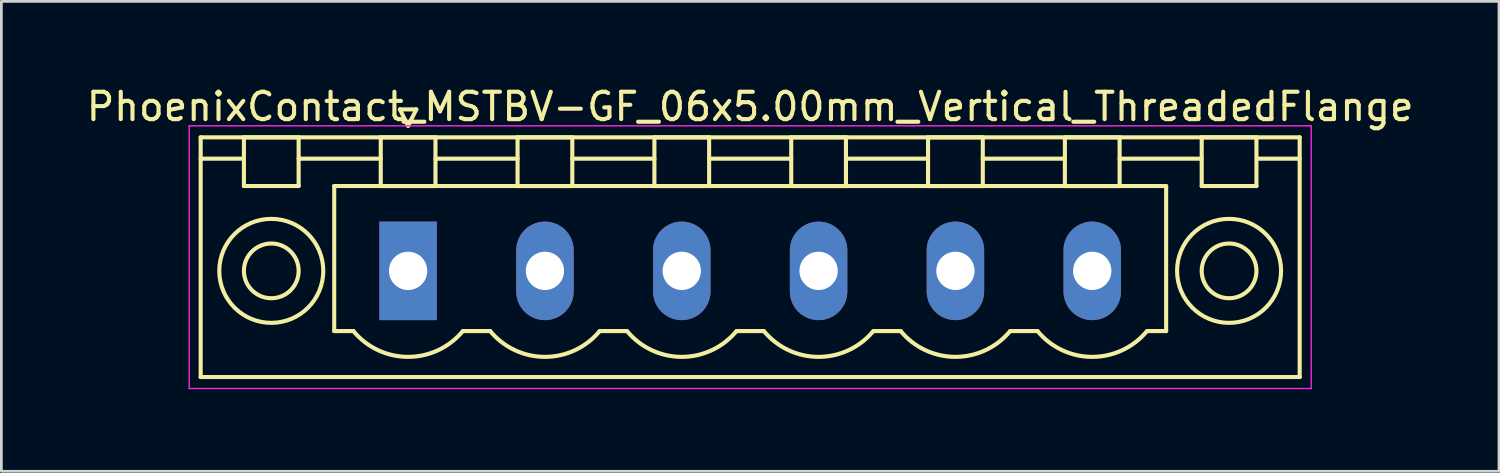
<source format=kicad_pcb>
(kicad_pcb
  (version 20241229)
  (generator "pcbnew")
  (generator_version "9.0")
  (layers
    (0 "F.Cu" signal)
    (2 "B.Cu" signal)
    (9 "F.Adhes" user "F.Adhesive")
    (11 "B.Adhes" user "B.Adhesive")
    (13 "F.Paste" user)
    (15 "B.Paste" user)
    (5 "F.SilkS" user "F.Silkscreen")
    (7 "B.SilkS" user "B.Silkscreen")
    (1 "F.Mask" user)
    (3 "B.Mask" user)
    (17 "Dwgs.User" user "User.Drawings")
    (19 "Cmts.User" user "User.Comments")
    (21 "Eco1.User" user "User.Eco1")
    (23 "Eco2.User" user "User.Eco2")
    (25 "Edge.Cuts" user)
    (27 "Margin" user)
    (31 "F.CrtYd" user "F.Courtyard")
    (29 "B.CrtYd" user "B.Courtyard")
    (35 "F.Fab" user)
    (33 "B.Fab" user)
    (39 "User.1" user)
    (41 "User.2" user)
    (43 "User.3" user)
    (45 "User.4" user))
  (footprint "PhoenixContact_MSTBV-GF_06x5.00mm_Vertical_ThreadedFlange"
    (layer "F.Cu")
    (at 11.863 6.848)
    (property "Reference" "PhoenixContact_MSTBV-GF_06x5.00mm_Vertical_ThreadedFlange" (at 12.5 -6 0) (layer "F.SilkS") (effects (font (size 1 1) (thickness 0.15))))
    (attr through_hole)
    (fp_line (start -7.58 -4.88) (end -7.58 3.88) (stroke (width 0.15) (type solid)) (layer "F.SilkS"))
    (fp_line (start -7.58 -4.1) (end -6.08 -4.1) (stroke (width 0.15) (type solid)) (layer "F.SilkS"))
    (fp_line (start -7.58 3.88) (end 32.58 3.88) (stroke (width 0.15) (type solid)) (layer "F.SilkS"))
    (fp_line (start -6 -4.88) (end -4 -4.88) (stroke (width 0.15) (type solid)) (layer "F.SilkS"))
    (fp_line (start -6 -3.1) (end -6 -4.88) (stroke (width 0.15) (type solid)) (layer "F.SilkS"))
    (fp_line (start -4 -4.88) (end -4 -3.1) (stroke (width 0.15) (type solid)) (layer "F.SilkS"))
    (fp_line (start -4 -4.1) (end -1 -4.1) (stroke (width 0.15) (type solid)) (layer "F.SilkS"))
    (fp_line (start -4 -3.1) (end -6 -3.1) (stroke (width 0.15) (type solid)) (layer "F.SilkS"))
    (fp_line (start -2.7 -3.1) (end 27.7 -3.1) (stroke (width 0.15) (type solid)) (layer "F.SilkS"))
    (fp_line (start -2.7 2.2) (end -2.7 -3.1) (stroke (width 0.15) (type solid)) (layer "F.SilkS"))
    (fp_line (start -2 2.2) (end -2.7 2.2) (stroke (width 0.15) (type solid)) (layer "F.SilkS"))
    (fp_line (start -1 -4.88) (end 1 -4.88) (stroke (width 0.15) (type solid)) (layer "F.SilkS"))
    (fp_line (start -1 -3.1) (end -1 -4.88) (stroke (width 0.15) (type solid)) (layer "F.SilkS"))
    (fp_line (start -0.3 -5.9) (end 0 -5.3) (stroke (width 0.15) (type solid)) (layer "F.SilkS"))
    (fp_line (start 0 -5.3) (end 0.3 -5.9) (stroke (width 0.15) (type solid)) (layer "F.SilkS"))
    (fp_line (start 0.3 -5.9) (end -0.3 -5.9) (stroke (width 0.15) (type solid)) (layer "F.SilkS"))
    (fp_line (start 1 -4.88) (end 1 -3.1) (stroke (width 0.15) (type solid)) (layer "F.SilkS"))
    (fp_line (start 1 -4.1) (end 4 -4.1) (stroke (width 0.15) (type solid)) (layer "F.SilkS"))
    (fp_line (start 1 -3.1) (end -1 -3.1) (stroke (width 0.15) (type solid)) (layer "F.SilkS"))
    (fp_line (start 2 2.2) (end 3 2.2) (stroke (width 0.15) (type solid)) (layer "F.SilkS"))
    (fp_line (start 4 -4.88) (end 6 -4.88) (stroke (width 0.15) (type solid)) (layer "F.SilkS"))
    (fp_line (start 4 -3.1) (end 4 -4.88) (stroke (width 0.15) (type solid)) (layer "F.SilkS"))
    (fp_line (start 6 -4.88) (end 6 -3.1) (stroke (width 0.15) (type solid)) (layer "F.SilkS"))
    (fp_line (start 6 -4.1) (end 9 -4.1) (stroke (width 0.15) (type solid)) (layer "F.SilkS"))
    (fp_line (start 6 -3.1) (end 4 -3.1) (stroke (width 0.15) (type solid)) (layer "F.SilkS"))
    (fp_line (start 7 2.2) (end 8 2.2) (stroke (width 0.15) (type solid)) (layer "F.SilkS"))
    (fp_line (start 9 -4.88) (end 11 -4.88) (stroke (width 0.15) (type solid)) (layer "F.SilkS"))
    (fp_line (start 9 -3.1) (end 9 -4.88) (stroke (width 0.15) (type solid)) (layer "F.SilkS"))
    (fp_line (start 11 -4.88) (end 11 -3.1) (stroke (width 0.15) (type solid)) (layer "F.SilkS"))
    (fp_line (start 11 -4.1) (end 14 -4.1) (stroke (width 0.15) (type solid)) (layer "F.SilkS"))
    (fp_line (start 11 -3.1) (end 9 -3.1) (stroke (width 0.15) (type solid)) (layer "F.SilkS"))
    (fp_line (start 12 2.2) (end 13 2.2) (stroke (width 0.15) (type solid)) (layer "F.SilkS"))
    (fp_line (start 14 -4.88) (end 16 -4.88) (stroke (width 0.15) (type solid)) (layer "F.SilkS"))
    (fp_line (start 14 -3.1) (end 14 -4.88) (stroke (width 0.15) (type solid)) (layer "F.SilkS"))
    (fp_line (start 16 -4.88) (end 16 -3.1) (stroke (width 0.15) (type solid)) (layer "F.SilkS"))
    (fp_line (start 16 -4.1) (end 19 -4.1) (stroke (width 0.15) (type solid)) (layer "F.SilkS"))
    (fp_line (start 16 -3.1) (end 14 -3.1) (stroke (width 0.15) (type solid)) (layer "F.SilkS"))
    (fp_line (start 17 2.2) (end 18 2.2) (stroke (width 0.15) (type solid)) (layer "F.SilkS"))
    (fp_line (start 19 -4.88) (end 21 -4.88) (stroke (width 0.15) (type solid)) (layer "F.SilkS"))
    (fp_line (start 19 -3.1) (end 19 -4.88) (stroke (width 0.15) (type solid)) (layer "F.SilkS"))
    (fp_line (start 21 -4.88) (end 21 -3.1) (stroke (width 0.15) (type solid)) (layer "F.SilkS"))
    (fp_line (start 21 -4.1) (end 24 -4.1) (stroke (width 0.15) (type solid)) (layer "F.SilkS"))
    (fp_line (start 21 -3.1) (end 19 -3.1) (stroke (width 0.15) (type solid)) (layer "F.SilkS"))
    (fp_line (start 22 2.2) (end 23 2.2) (stroke (width 0.15) (type solid)) (layer "F.SilkS"))
    (fp_line (start 24 -4.88) (end 26 -4.88) (stroke (width 0.15) (type solid)) (layer "F.SilkS"))
    (fp_line (start 24 -3.1) (end 24 -4.88) (stroke (width 0.15) (type solid)) (layer "F.SilkS"))
    (fp_line (start 26 -4.88) (end 26 -3.1) (stroke (width 0.15) (type solid)) (layer "F.SilkS"))
    (fp_line (start 26 -4.1) (end 29 -4.1) (stroke (width 0.15) (type solid)) (layer "F.SilkS"))
    (fp_line (start 26 -3.1) (end 24 -3.1) (stroke (width 0.15) (type solid)) (layer "F.SilkS"))
    (fp_line (start 27.7 -3.1) (end 27.7 2.2) (stroke (width 0.15) (type solid)) (layer "F.SilkS"))
    (fp_line (start 27.7 2.2) (end 27 2.2) (stroke (width 0.15) (type solid)) (layer "F.SilkS"))
    (fp_line (start 29 -4.88) (end 31 -4.88) (stroke (width 0.15) (type solid)) (layer "F.SilkS"))
    (fp_line (start 29 -3.1) (end 29 -4.88) (stroke (width 0.15) (type solid)) (layer "F.SilkS"))
    (fp_line (start 31 -4.88) (end 31 -3.1) (stroke (width 0.15) (type solid)) (layer "F.SilkS"))
    (fp_line (start 31 -3.1) (end 29 -3.1) (stroke (width 0.15) (type solid)) (layer "F.SilkS"))
    (fp_line (start 32.58 -4.88) (end -7.58 -4.88) (stroke (width 0.15) (type solid)) (layer "F.SilkS"))
    (fp_line (start 32.58 -4.1) (end 31.08 -4.1) (stroke (width 0.15) (type solid)) (layer "F.SilkS"))
    (fp_line (start 32.58 3.88) (end 32.58 -4.88) (stroke (width 0.15) (type solid)) (layer "F.SilkS"))
    (fp_arc (start 1.986842 2.215821) (mid -0.010289 3.142758) (end -2 2.2) (stroke (width 0.15) (type solid)) (layer "F.SilkS"))
    (fp_arc (start 6.986842 2.215821) (mid 4.989711 3.142758) (end 3 2.2) (stroke (width 0.15) (type solid)) (layer "F.SilkS"))
    (fp_arc (start 11.986842 2.215821) (mid 9.989711 3.142758) (end 8 2.2) (stroke (width 0.15) (type solid)) (layer "F.SilkS"))
    (fp_arc (start 16.986842 2.215821) (mid 14.989711 3.142758) (end 13 2.2) (stroke (width 0.15) (type solid)) (layer "F.SilkS"))
    (fp_arc (start 21.986842 2.215821) (mid 19.989711 3.142758) (end 18 2.2) (stroke (width 0.15) (type solid)) (layer "F.SilkS"))
    (fp_arc (start 26.986842 2.215821) (mid 24.989711 3.142758) (end 23 2.2) (stroke (width 0.15) (type solid)) (layer "F.SilkS"))
    (fp_circle (center -5 0) (end -4 0) (stroke (width 0.15) (type solid)) (fill no) (layer "F.SilkS"))
    (fp_circle (center -5 0) (end -3.1 0) (stroke (width 0.15) (type solid)) (fill no) (layer "F.SilkS"))
    (fp_circle (center 30 0) (end 31 0) (stroke (width 0.15) (type solid)) (fill no) (layer "F.SilkS"))
    (fp_circle (center 30 0) (end 31.9 0) (stroke (width 0.15) (type solid)) (fill no) (layer "F.SilkS"))
    (fp_line (start -8 -5.3) (end -8 4.3) (stroke (width 0.05) (type solid)) (layer "F.CrtYd"))
    (fp_line (start -8 4.3) (end 33 4.3) (stroke (width 0.05) (type solid)) (layer "F.CrtYd"))
    (fp_line (start 33 -5.3) (end -8 -5.3) (stroke (width 0.05) (type solid)) (layer "F.CrtYd"))
    (fp_line (start 33 4.3) (end 33 -5.3) (stroke (width 0.05) (type solid)) (layer "F.CrtYd"))
    (pad "1" thru_hole rect (at 0 0) (size 2.1 3.6) (drill 1.4) (layers "*.Cu" "*.Mask"))
    (pad "2" thru_hole oval (at 5 0) (size 2.1 3.6) (drill 1.4) (layers "*.Cu" "*.Mask"))
    (pad "3" thru_hole oval (at 10 0) (size 2.1 3.6) (drill 1.4) (layers "*.Cu" "*.Mask"))
    (pad "4" thru_hole oval (at 15 0) (size 2.1 3.6) (drill 1.4) (layers "*.Cu" "*.Mask"))
    (pad "5" thru_hole oval (at 20 0) (size 2.1 3.6) (drill 1.4) (layers "*.Cu" "*.Mask"))
    (pad "6" thru_hole oval (at 25 0) (size 2.1 3.6) (drill 1.4) (layers "*.Cu" "*.Mask")))
  (gr_rect
    (start -3 -3)
    (end 51.726 14.173)
    (stroke (width 0.1) (type default))
    (fill no)
    (layer "Edge.Cuts")))
</source>
